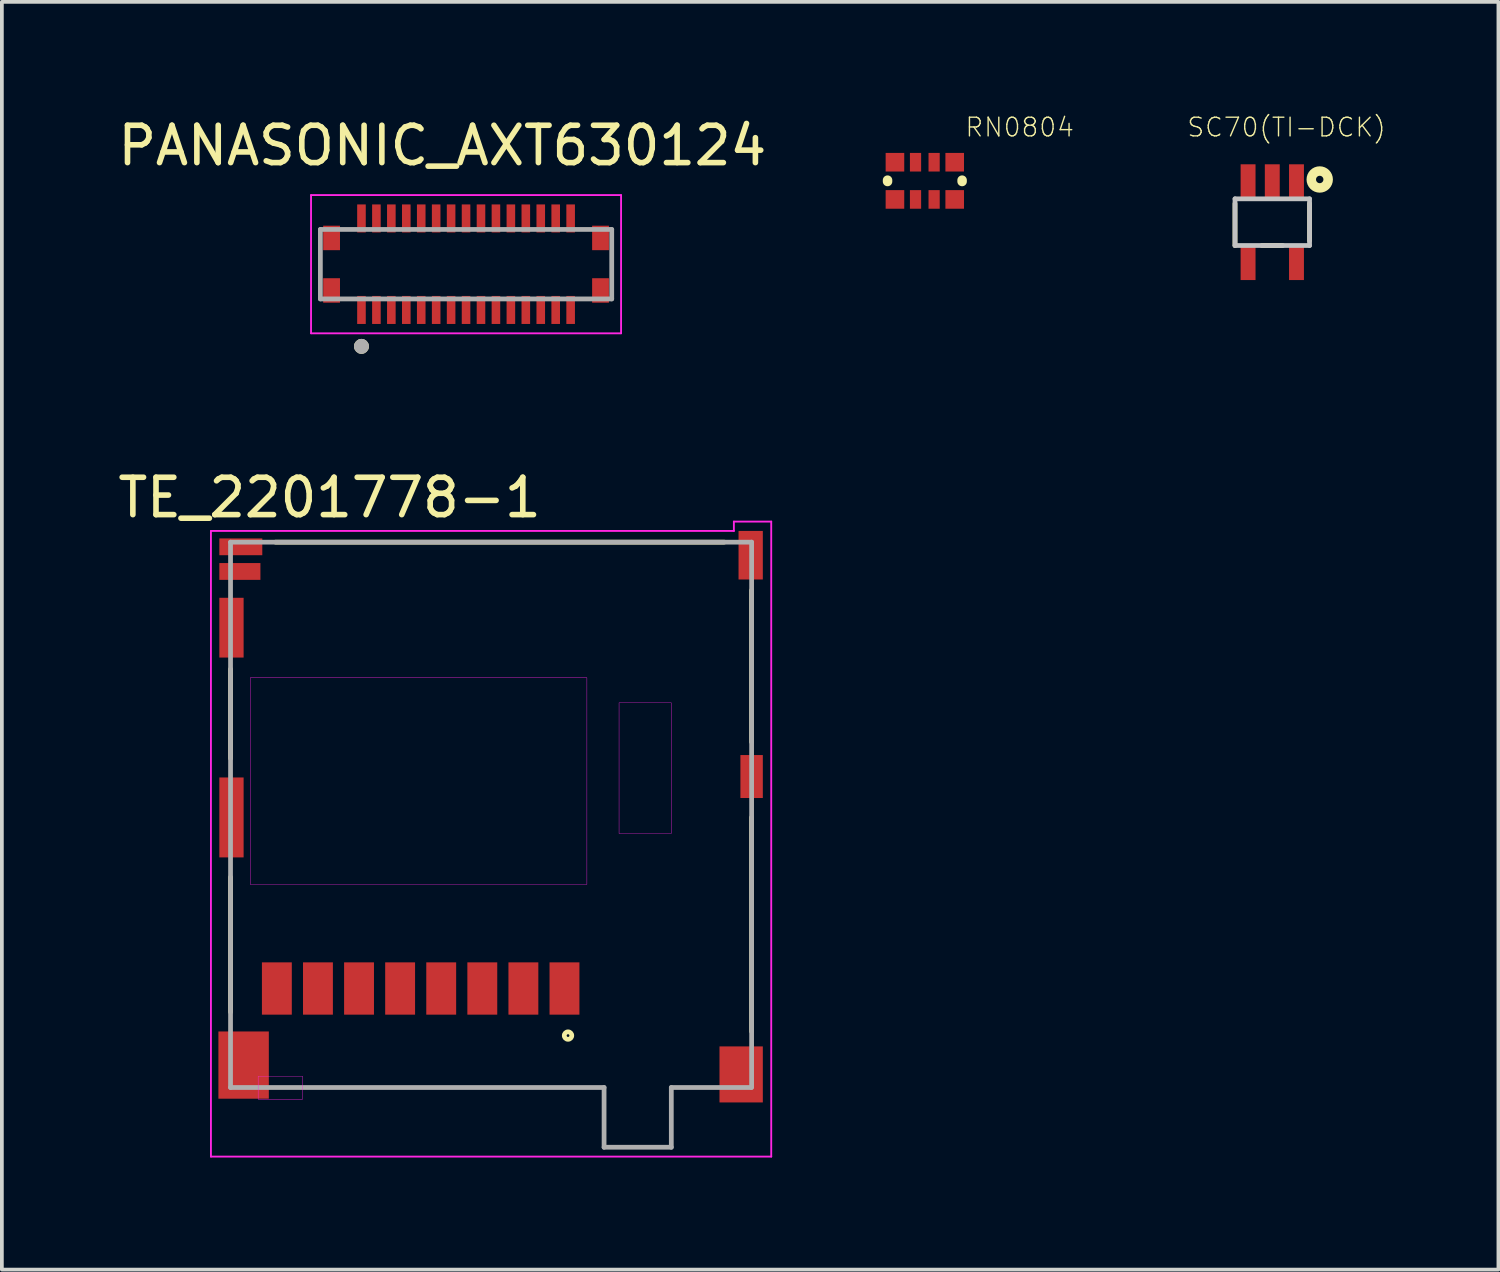
<source format=kicad_pcb>
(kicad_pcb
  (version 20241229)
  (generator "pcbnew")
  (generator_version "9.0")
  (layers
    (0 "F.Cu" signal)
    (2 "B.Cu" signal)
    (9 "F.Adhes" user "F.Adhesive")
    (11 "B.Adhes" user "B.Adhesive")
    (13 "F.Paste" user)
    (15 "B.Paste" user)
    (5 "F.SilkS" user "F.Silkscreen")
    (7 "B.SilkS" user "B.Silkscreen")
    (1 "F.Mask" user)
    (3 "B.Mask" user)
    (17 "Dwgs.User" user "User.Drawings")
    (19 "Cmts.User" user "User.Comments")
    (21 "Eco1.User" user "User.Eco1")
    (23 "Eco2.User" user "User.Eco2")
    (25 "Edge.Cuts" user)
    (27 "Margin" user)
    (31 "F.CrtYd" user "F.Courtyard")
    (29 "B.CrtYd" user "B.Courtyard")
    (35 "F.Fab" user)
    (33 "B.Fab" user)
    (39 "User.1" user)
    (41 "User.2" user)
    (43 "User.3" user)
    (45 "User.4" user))
  (footprint "PANASONIC_AXT630124"
    (layer "F.Cu")
    (at 9.427 4.023)
    (property "Reference" "PANASONIC_AXT630124" (at -0.635 -3.175 0) (layer "F.SilkS") (effects (font (size 1 1) (thickness 0.15))))
    (attr through_hole)
    (fp_circle (center -2.8 2.2) (end -2.7 2.2) (stroke (width 0.2) (type solid)) (fill no) (layer "F.SilkS"))
    (fp_poly (pts (xy -2.9 -1.5) (xy -2.7 -1.5) (xy -2.7 -1.09) (xy -2.9 -1.09)) (stroke (width 0.01) (type solid)) (fill yes) (layer "F.Paste"))
    (fp_poly (pts (xy -2.9 1.09) (xy -2.7 1.09) (xy -2.7 1.5) (xy -2.9 1.5)) (stroke (width 0.01) (type solid)) (fill yes) (layer "F.Paste"))
    (fp_poly (pts (xy -2.5 -1.5) (xy -2.3 -1.5) (xy -2.3 -1.09) (xy -2.5 -1.09)) (stroke (width 0.01) (type solid)) (fill yes) (layer "F.Paste"))
    (fp_poly (pts (xy -2.5 1.09) (xy -2.3 1.09) (xy -2.3 1.5) (xy -2.5 1.5)) (stroke (width 0.01) (type solid)) (fill yes) (layer "F.Paste"))
    (fp_poly (pts (xy -2.1 -1.5) (xy -1.9 -1.5) (xy -1.9 -1.09) (xy -2.1 -1.09)) (stroke (width 0.01) (type solid)) (fill yes) (layer "F.Paste"))
    (fp_poly (pts (xy -2.1 1.09) (xy -1.9 1.09) (xy -1.9 1.5) (xy -2.1 1.5)) (stroke (width 0.01) (type solid)) (fill yes) (layer "F.Paste"))
    (fp_poly (pts (xy -1.7 -1.5) (xy -1.5 -1.5) (xy -1.5 -1.09) (xy -1.7 -1.09)) (stroke (width 0.01) (type solid)) (fill yes) (layer "F.Paste"))
    (fp_poly (pts (xy -1.7 1.09) (xy -1.5 1.09) (xy -1.5 1.5) (xy -1.7 1.5)) (stroke (width 0.01) (type solid)) (fill yes) (layer "F.Paste"))
    (fp_poly (pts (xy -1.3 -1.5) (xy -1.1 -1.5) (xy -1.1 -1.09) (xy -1.3 -1.09)) (stroke (width 0.01) (type solid)) (fill yes) (layer "F.Paste"))
    (fp_poly (pts (xy -1.3 1.09) (xy -1.1 1.09) (xy -1.1 1.5) (xy -1.3 1.5)) (stroke (width 0.01) (type solid)) (fill yes) (layer "F.Paste"))
    (fp_poly (pts (xy -0.9 -1.5) (xy -0.7 -1.5) (xy -0.7 -1.09) (xy -0.9 -1.09)) (stroke (width 0.01) (type solid)) (fill yes) (layer "F.Paste"))
    (fp_poly (pts (xy -0.9 1.09) (xy -0.7 1.09) (xy -0.7 1.5) (xy -0.9 1.5)) (stroke (width 0.01) (type solid)) (fill yes) (layer "F.Paste"))
    (fp_poly (pts (xy -0.5 -1.5) (xy -0.3 -1.5) (xy -0.3 -1.09) (xy -0.5 -1.09)) (stroke (width 0.01) (type solid)) (fill yes) (layer "F.Paste"))
    (fp_poly (pts (xy -0.5 1.09) (xy -0.3 1.09) (xy -0.3 1.5) (xy -0.5 1.5)) (stroke (width 0.01) (type solid)) (fill yes) (layer "F.Paste"))
    (fp_poly (pts (xy -0.1 -1.5) (xy 0.1 -1.5) (xy 0.1 -1.09) (xy -0.1 -1.09)) (stroke (width 0.01) (type solid)) (fill yes) (layer "F.Paste"))
    (fp_poly (pts (xy -0.1 1.09) (xy 0.1 1.09) (xy 0.1 1.5) (xy -0.1 1.5)) (stroke (width 0.01) (type solid)) (fill yes) (layer "F.Paste"))
    (fp_poly (pts (xy 0.3 -1.5) (xy 0.5 -1.5) (xy 0.5 -1.09) (xy 0.3 -1.09)) (stroke (width 0.01) (type solid)) (fill yes) (layer "F.Paste"))
    (fp_poly (pts (xy 0.3 1.09) (xy 0.5 1.09) (xy 0.5 1.5) (xy 0.3 1.5)) (stroke (width 0.01) (type solid)) (fill yes) (layer "F.Paste"))
    (fp_poly (pts (xy 0.7 -1.5) (xy 0.9 -1.5) (xy 0.9 -1.09) (xy 0.7 -1.09)) (stroke (width 0.01) (type solid)) (fill yes) (layer "F.Paste"))
    (fp_poly (pts (xy 0.7 1.09) (xy 0.9 1.09) (xy 0.9 1.5) (xy 0.7 1.5)) (stroke (width 0.01) (type solid)) (fill yes) (layer "F.Paste"))
    (fp_poly (pts (xy 1.1 -1.5) (xy 1.3 -1.5) (xy 1.3 -1.09) (xy 1.1 -1.09)) (stroke (width 0.01) (type solid)) (fill yes) (layer "F.Paste"))
    (fp_poly (pts (xy 1.1 1.09) (xy 1.3 1.09) (xy 1.3 1.5) (xy 1.1 1.5)) (stroke (width 0.01) (type solid)) (fill yes) (layer "F.Paste"))
    (fp_poly (pts (xy 1.5 -1.5) (xy 1.7 -1.5) (xy 1.7 -1.09) (xy 1.5 -1.09)) (stroke (width 0.01) (type solid)) (fill yes) (layer "F.Paste"))
    (fp_poly (pts (xy 1.5 1.09) (xy 1.7 1.09) (xy 1.7 1.5) (xy 1.5 1.5)) (stroke (width 0.01) (type solid)) (fill yes) (layer "F.Paste"))
    (fp_poly (pts (xy 1.9 -1.5) (xy 2.1 -1.5) (xy 2.1 -1.09) (xy 1.9 -1.09)) (stroke (width 0.01) (type solid)) (fill yes) (layer "F.Paste"))
    (fp_poly (pts (xy 1.9 1.09) (xy 2.1 1.09) (xy 2.1 1.5) (xy 1.9 1.5)) (stroke (width 0.01) (type solid)) (fill yes) (layer "F.Paste"))
    (fp_poly (pts (xy 2.3 -1.5) (xy 2.5 -1.5) (xy 2.5 -1.09) (xy 2.3 -1.09)) (stroke (width 0.01) (type solid)) (fill yes) (layer "F.Paste"))
    (fp_poly (pts (xy 2.3 1.09) (xy 2.5 1.09) (xy 2.5 1.5) (xy 2.3 1.5)) (stroke (width 0.01) (type solid)) (fill yes) (layer "F.Paste"))
    (fp_poly (pts (xy 2.7 -1.5) (xy 2.9 -1.5) (xy 2.9 -1.09) (xy 2.7 -1.09)) (stroke (width 0.01) (type solid)) (fill yes) (layer "F.Paste"))
    (fp_poly (pts (xy 2.7 1.09) (xy 2.9 1.09) (xy 2.9 1.5) (xy 2.7 1.5)) (stroke (width 0.01) (type solid)) (fill yes) (layer "F.Paste"))
    (fp_line (start -4.15 -1.85) (end 4.15 -1.85) (stroke (width 0.05) (type solid)) (layer "F.CrtYd"))
    (fp_line (start -4.15 1.85) (end -4.15 -1.85) (stroke (width 0.05) (type solid)) (layer "F.CrtYd"))
    (fp_line (start 4.15 -1.85) (end 4.15 1.85) (stroke (width 0.05) (type solid)) (layer "F.CrtYd"))
    (fp_line (start 4.15 1.85) (end -4.15 1.85) (stroke (width 0.05) (type solid)) (layer "F.CrtYd"))
    (fp_line (start -3.9 -0.93) (end 3.9 -0.93) (stroke (width 0.127) (type solid)) (layer "F.Fab"))
    (fp_line (start -3.9 0.93) (end -3.9 -0.93) (stroke (width 0.127) (type solid)) (layer "F.Fab"))
    (fp_line (start 3.9 -0.93) (end 3.9 0.93) (stroke (width 0.127) (type solid)) (layer "F.Fab"))
    (fp_line (start 3.9 0.93) (end -3.9 0.93) (stroke (width 0.127) (type solid)) (layer "F.Fab"))
    (fp_circle (center -2.8 2.2) (end -2.7 2.2) (stroke (width 0.2) (type solid)) (fill no) (layer "F.Fab"))
    (pad "1" smd rect (at -2.8 1.225) (size 0.23 0.75) (layers "F.Cu" "F.Mask"))
    (pad "2" smd rect (at -2.8 -1.225) (size 0.23 0.75) (layers "F.Cu" "F.Mask"))
    (pad "3" smd rect (at -2.4 1.225) (size 0.23 0.75) (layers "F.Cu" "F.Mask"))
    (pad "4" smd rect (at -2.4 -1.225) (size 0.23 0.75) (layers "F.Cu" "F.Mask"))
    (pad "5" smd rect (at -2 1.225) (size 0.23 0.75) (layers "F.Cu" "F.Mask"))
    (pad "6" smd rect (at -2 -1.225) (size 0.23 0.75) (layers "F.Cu" "F.Mask"))
    (pad "7" smd rect (at -1.6 1.225) (size 0.23 0.75) (layers "F.Cu" "F.Mask"))
    (pad "8" smd rect (at -1.6 -1.225) (size 0.23 0.75) (layers "F.Cu" "F.Mask"))
    (pad "9" smd rect (at -1.2 1.225) (size 0.23 0.75) (layers "F.Cu" "F.Mask"))
    (pad "10" smd rect (at -1.2 -1.225) (size 0.23 0.75) (layers "F.Cu" "F.Mask"))
    (pad "11" smd rect (at -0.8 1.225) (size 0.23 0.75) (layers "F.Cu" "F.Mask"))
    (pad "12" smd rect (at -0.8 -1.225) (size 0.23 0.75) (layers "F.Cu" "F.Mask"))
    (pad "13" smd rect (at -0.4 1.225) (size 0.23 0.75) (layers "F.Cu" "F.Mask"))
    (pad "14" smd rect (at -0.4 -1.225) (size 0.23 0.75) (layers "F.Cu" "F.Mask"))
    (pad "15" smd rect (at 0 1.225) (size 0.23 0.75) (layers "F.Cu" "F.Mask"))
    (pad "16" smd rect (at 0 -1.225) (size 0.23 0.75) (layers "F.Cu" "F.Mask"))
    (pad "17" smd rect (at 0.4 1.225) (size 0.23 0.75) (layers "F.Cu" "F.Mask"))
    (pad "18" smd rect (at 0.4 -1.225) (size 0.23 0.75) (layers "F.Cu" "F.Mask"))
    (pad "19" smd rect (at 0.8 1.225) (size 0.23 0.75) (layers "F.Cu" "F.Mask"))
    (pad "20" smd rect (at 0.8 -1.225) (size 0.23 0.75) (layers "F.Cu" "F.Mask"))
    (pad "21" smd rect (at 1.2 1.225) (size 0.23 0.75) (layers "F.Cu" "F.Mask"))
    (pad "22" smd rect (at 1.2 -1.225) (size 0.23 0.75) (layers "F.Cu" "F.Mask"))
    (pad "23" smd rect (at 1.6 1.225) (size 0.23 0.75) (layers "F.Cu" "F.Mask"))
    (pad "24" smd rect (at 1.6 -1.225) (size 0.23 0.75) (layers "F.Cu" "F.Mask"))
    (pad "25" smd rect (at 2 1.225) (size 0.23 0.75) (layers "F.Cu" "F.Mask"))
    (pad "26" smd rect (at 2 -1.225) (size 0.23 0.75) (layers "F.Cu" "F.Mask"))
    (pad "27" smd rect (at 2.4 1.225) (size 0.23 0.75) (layers "F.Cu" "F.Mask"))
    (pad "28" smd rect (at 2.4 -1.225) (size 0.23 0.75) (layers "F.Cu" "F.Mask"))
    (pad "29" smd rect (at 2.8 1.225) (size 0.23 0.75) (layers "F.Cu" "F.Mask"))
    (pad "30" smd rect (at 2.8 -1.225) (size 0.23 0.75) (layers "F.Cu" "F.Mask"))
    (pad "MP" smd rect (at -3.6 -0.703) (size 0.45 0.655) (layers "F.Cu" "F.Mask" "F.Paste"))
    (pad "MP" smd rect (at -3.6 0.703) (size 0.45 0.655) (layers "F.Cu" "F.Mask" "F.Paste"))
    (pad "MP" smd rect (at 3.6 -0.703) (size 0.45 0.655) (layers "F.Cu" "F.Mask" "F.Paste"))
    (pad "MP" smd rect (at 3.6 0.703) (size 0.45 0.655) (layers "F.Cu" "F.Mask" "F.Paste"))
    (zone (net_name "") (layer "F.Cu") (hatch full 0.508) (connect_pads) (min_thickness 0.01) (filled_areas_thickness no) (keepout (tracks not_allowed) (vias not_allowed) (pads not_allowed) (copperpour not_allowed) (footprints allowed)) (placement (enabled no)) (fill) (polygon (pts (xy 6.512 3.173) (xy 12.342 3.173) (xy 12.342 3.523) (xy 6.512 3.523))))
    (zone (net_name "") (layer "F.Cu") (hatch full 0.508) (connect_pads) (min_thickness 0.01) (filled_areas_thickness no) (keepout (tracks not_allowed) (vias not_allowed) (pads not_allowed) (copperpour not_allowed) (footprints allowed)) (placement (enabled no)) (fill) (polygon (pts (xy 6.512 4.523) (xy 12.342 4.523) (xy 12.342 4.873) (xy 6.512 4.873))))
    (zone (net_name "") (layers "F.Cu" "B.Cu") (hatch full 0.508) (connect_pads) (min_thickness 0.01) (filled_areas_thickness no) (keepout (tracks allowed) (vias not_allowed) (pads allowed) (copperpour allowed) (footprints allowed)) (placement (enabled no)) (fill) (polygon (pts (xy 6.512 3.173) (xy 12.342 3.173) (xy 12.342 3.523) (xy 6.512 3.523))))
    (zone (net_name "") (layers "F.Cu" "B.Cu") (hatch full 0.508) (connect_pads) (min_thickness 0.01) (filled_areas_thickness no) (keepout (tracks allowed) (vias not_allowed) (pads allowed) (copperpour allowed) (footprints allowed)) (placement (enabled no)) (fill) (polygon (pts (xy 6.512 4.523) (xy 12.342 4.523) (xy 12.342 4.873) (xy 6.512 4.873)))))
  (footprint "TE_2201778-1"
    (layer "F.Cu")
    (at 10.097 18.664)
    (property "Reference" "TE_2201778-1" (at -4.323 -8.392 0) (layer "F.SilkS") (effects (font (size 1.001 1.001) (thickness 0.15))))
    (attr through_hole)
    (fp_line (start -6.975 -3.8) (end -6.975 -1.41) (stroke (width 0.127) (type solid)) (layer "F.SilkS"))
    (fp_line (start -6.975 1.77) (end -6.975 5.38) (stroke (width 0.127) (type solid)) (layer "F.SilkS"))
    (fp_line (start -5.77 -7.2) (end 6.24 -7.2) (stroke (width 0.127) (type solid)) (layer "F.SilkS"))
    (fp_line (start 6.975 -5.91) (end 6.975 -1.85) (stroke (width 0.127) (type solid)) (layer "F.SilkS"))
    (fp_line (start 6.975 0.17) (end 6.975 5.9) (stroke (width 0.127) (type solid)) (layer "F.SilkS"))
    (fp_circle (center 2.06 6.01) (end 2.16 6.01) (stroke (width 0.127) (type solid)) (fill no) (layer "F.SilkS"))
    (fp_line (start -7.5 -7.5) (end 6.5 -7.5) (stroke (width 0.05) (type solid)) (layer "F.CrtYd"))
    (fp_line (start -7.5 9.25) (end -7.5 -7.5) (stroke (width 0.05) (type solid)) (layer "F.CrtYd"))
    (fp_line (start 6.5 -7.75) (end 7.5 -7.75) (stroke (width 0.05) (type solid)) (layer "F.CrtYd"))
    (fp_line (start 6.5 -7.5) (end 6.5 -7.75) (stroke (width 0.05) (type solid)) (layer "F.CrtYd"))
    (fp_line (start 7.5 -7.75) (end 7.5 9.25) (stroke (width 0.05) (type solid)) (layer "F.CrtYd"))
    (fp_line (start 7.5 9.25) (end -7.5 9.25) (stroke (width 0.05) (type solid)) (layer "F.CrtYd"))
    (fp_poly (pts (xy -6.447 -3.57) (xy 2.565 -3.57) (xy 2.565 1.964) (xy -6.447 1.964)) (stroke (width 0.01) (type solid)) (fill no) (layer "F.CrtYd"))
    (fp_poly (pts (xy -6.236 7.1) (xy -5.045 7.1) (xy -5.045 7.713) (xy -6.236 7.713)) (stroke (width 0.01) (type solid)) (fill no) (layer "F.CrtYd"))
    (fp_poly (pts (xy 3.426 -2.9) (xy 4.825 -2.9) (xy 4.825 0.6) (xy 3.426 0.6)) (stroke (width 0.01) (type solid)) (fill no) (layer "F.CrtYd"))
    (fp_line (start -6.975 -7.2) (end -6.975 7.4) (stroke (width 0.127) (type solid)) (layer "F.Fab"))
    (fp_line (start -6.975 7.4) (end 3.025 7.4) (stroke (width 0.127) (type solid)) (layer "F.Fab"))
    (fp_line (start 3.025 7.4) (end 3.025 9) (stroke (width 0.127) (type solid)) (layer "F.Fab"))
    (fp_line (start 4.825 7.4) (end 4.825 9) (stroke (width 0.127) (type solid)) (layer "F.Fab"))
    (fp_line (start 4.825 9) (end 3.025 9) (stroke (width 0.127) (type solid)) (layer "F.Fab"))
    (fp_line (start 6.965 7.4) (end 4.825 7.4) (stroke (width 0.127) (type solid)) (layer "F.Fab"))
    (fp_line (start 6.975 -7.2) (end -6.975 -7.2) (stroke (width 0.127) (type solid)) (layer "F.Fab"))
    (fp_line (start 6.975 7.4) (end 6.975 -7.2) (stroke (width 0.127) (type solid)) (layer "F.Fab"))
    (pad "1" smd rect (at 1.965 4.75 90) (size 1.4 0.8) (layers "F.Cu" "F.Mask" "F.Paste"))
    (pad "2" smd rect (at 0.865 4.75 90) (size 1.4 0.8) (layers "F.Cu" "F.Mask" "F.Paste"))
    (pad "3" smd rect (at -0.235 4.75 90) (size 1.4 0.8) (layers "F.Cu" "F.Mask" "F.Paste"))
    (pad "4" smd rect (at -1.335 4.75 90) (size 1.4 0.8) (layers "F.Cu" "F.Mask" "F.Paste"))
    (pad "5" smd rect (at -2.435 4.75 90) (size 1.4 0.8) (layers "F.Cu" "F.Mask" "F.Paste"))
    (pad "6" smd rect (at -3.535 4.75 90) (size 1.4 0.8) (layers "F.Cu" "F.Mask" "F.Paste"))
    (pad "7" smd rect (at -4.635 4.75 90) (size 1.4 0.8) (layers "F.Cu" "F.Mask" "F.Paste"))
    (pad "8" smd rect (at -5.735 4.75 90) (size 1.4 0.8) (layers "F.Cu" "F.Mask" "F.Paste"))
    (pad "9" smd rect (at -6.7 -7.075) (size 1.15 0.45) (layers "F.Cu" "F.Mask" "F.Paste"))
    (pad "10" smd rect (at -6.725 -6.415) (size 1.1 0.45) (layers "F.Cu" "F.Mask" "F.Paste"))
    (pad "11" smd rect (at -6.625 6.8) (size 1.35 1.8) (layers "F.Cu" "F.Mask" "F.Paste"))
    (pad "12" smd rect (at -6.95 0.17) (size 0.65 2.14) (layers "F.Cu" "F.Mask" "F.Paste"))
    (pad "13" smd rect (at -6.95 -4.91) (size 0.65 1.6) (layers "F.Cu" "F.Mask" "F.Paste"))
    (pad "14" smd rect (at 6.95 -6.85) (size 0.65 1.3) (layers "F.Cu" "F.Mask" "F.Paste"))
    (pad "15" smd rect (at 6.975 -0.925) (size 0.6 1.15) (layers "F.Cu" "F.Mask" "F.Paste"))
    (pad "16" smd rect (at 6.695 7.05) (size 1.16 1.5) (layers "F.Cu" "F.Mask" "F.Paste")))
  (footprint "SC70(TI-DCK)"
    (layer "F.Cu")
    (at 31.011 2.898)
    (property "Reference" "SC70(TI-DCK)" (at 0.381 -2.54 0) (layer "F.SilkS") (effects (font (size 0.5 0.5) (thickness 0.037))))
    (attr smd)
    (fp_line (start -0.998 -0.498) (end -0.998 0.625) (stroke (width 0.127) (type solid)) (layer "F.SilkS"))
    (fp_line (start -0.279 0.625) (end 0.279 0.625) (stroke (width 0.127) (type solid)) (layer "F.SilkS"))
    (fp_line (start 0.998 -0.498) (end 0.998 0.498) (stroke (width 0.127) (type solid)) (layer "F.SilkS"))
    (fp_circle (center 1.27 -1.143) (end 1.27 -1.242) (stroke (width 0.254) (type solid)) (fill no) (layer "F.SilkS"))
    (fp_line (start -0.998 -0.625) (end -0.998 0.625) (stroke (width 0.127) (type solid)) (layer "Dwgs.User"))
    (fp_line (start -0.998 0.625) (end 0.998 0.625) (stroke (width 0.127) (type solid)) (layer "Dwgs.User"))
    (fp_line (start 0.998 -0.625) (end -0.998 -0.625) (stroke (width 0.127) (type solid)) (layer "Dwgs.User"))
    (fp_line (start 0.998 0.625) (end 0.998 -0.625) (stroke (width 0.127) (type solid)) (layer "Dwgs.User"))
    (pad "1" smd rect (at 0.648 -1.1) (size 0.399 0.899) (layers "F.Cu" "F.Mask" "F.Paste"))
    (pad "2" smd rect (at 0 -1.1) (size 0.399 0.899) (layers "F.Cu" "F.Mask" "F.Paste"))
    (pad "3" smd rect (at -0.648 -1.1) (size 0.399 0.899) (layers "F.Cu" "F.Mask" "F.Paste"))
    (pad "4" smd rect (at -0.648 1.1) (size 0.399 0.899) (layers "F.Cu" "F.Mask" "F.Paste"))
    (pad "5" smd rect (at 0.648 1.1) (size 0.399 0.899) (layers "F.Cu" "F.Mask" "F.Paste")))
  (footprint "RN0804"
    (layer "F.Cu")
    (at 21.709 1.791)
    (property "Reference" "RN0804" (at 2.54 -1.433 0) (layer "F.SilkS") (effects (font (size 0.5 0.5) (thickness 0.037))))
    (attr smd)
    (fp_line (start -0.998 -0.018) (end -0.998 0.018) (stroke (width 0.254) (type solid)) (layer "F.SilkS"))
    (fp_line (start 0.998 -0.018) (end 0.998 0.018) (stroke (width 0.254) (type solid)) (layer "F.SilkS"))
    (pad "1" smd rect (at -0.8 0.498) (size 0.498 0.498) (layers "F.Cu" "F.Mask" "F.Paste"))
    (pad "2" smd rect (at -0.249 0.498) (size 0.3 0.498) (layers "F.Cu" "F.Mask" "F.Paste"))
    (pad "3" smd rect (at 0.249 0.498) (size 0.3 0.498) (layers "F.Cu" "F.Mask" "F.Paste"))
    (pad "4" smd rect (at 0.8 0.498) (size 0.498 0.498) (layers "F.Cu" "F.Mask" "F.Paste"))
    (pad "5" smd rect (at 0.8 -0.498) (size 0.498 0.498) (layers "F.Cu" "F.Mask" "F.Paste"))
    (pad "6" smd rect (at 0.249 -0.498) (size 0.3 0.498) (layers "F.Cu" "F.Mask" "F.Paste"))
    (pad "7" smd rect (at -0.249 -0.498) (size 0.3 0.498) (layers "F.Cu" "F.Mask" "F.Paste"))
    (pad "8" smd rect (at -0.8 -0.498) (size 0.498 0.498) (layers "F.Cu" "F.Mask" "F.Paste")))
  (gr_rect
    (start -3 -3)
    (end 37.065 30.939)
    (stroke (width 0.1) (type default))
    (fill no)
    (layer "Edge.Cuts")))
</source>
